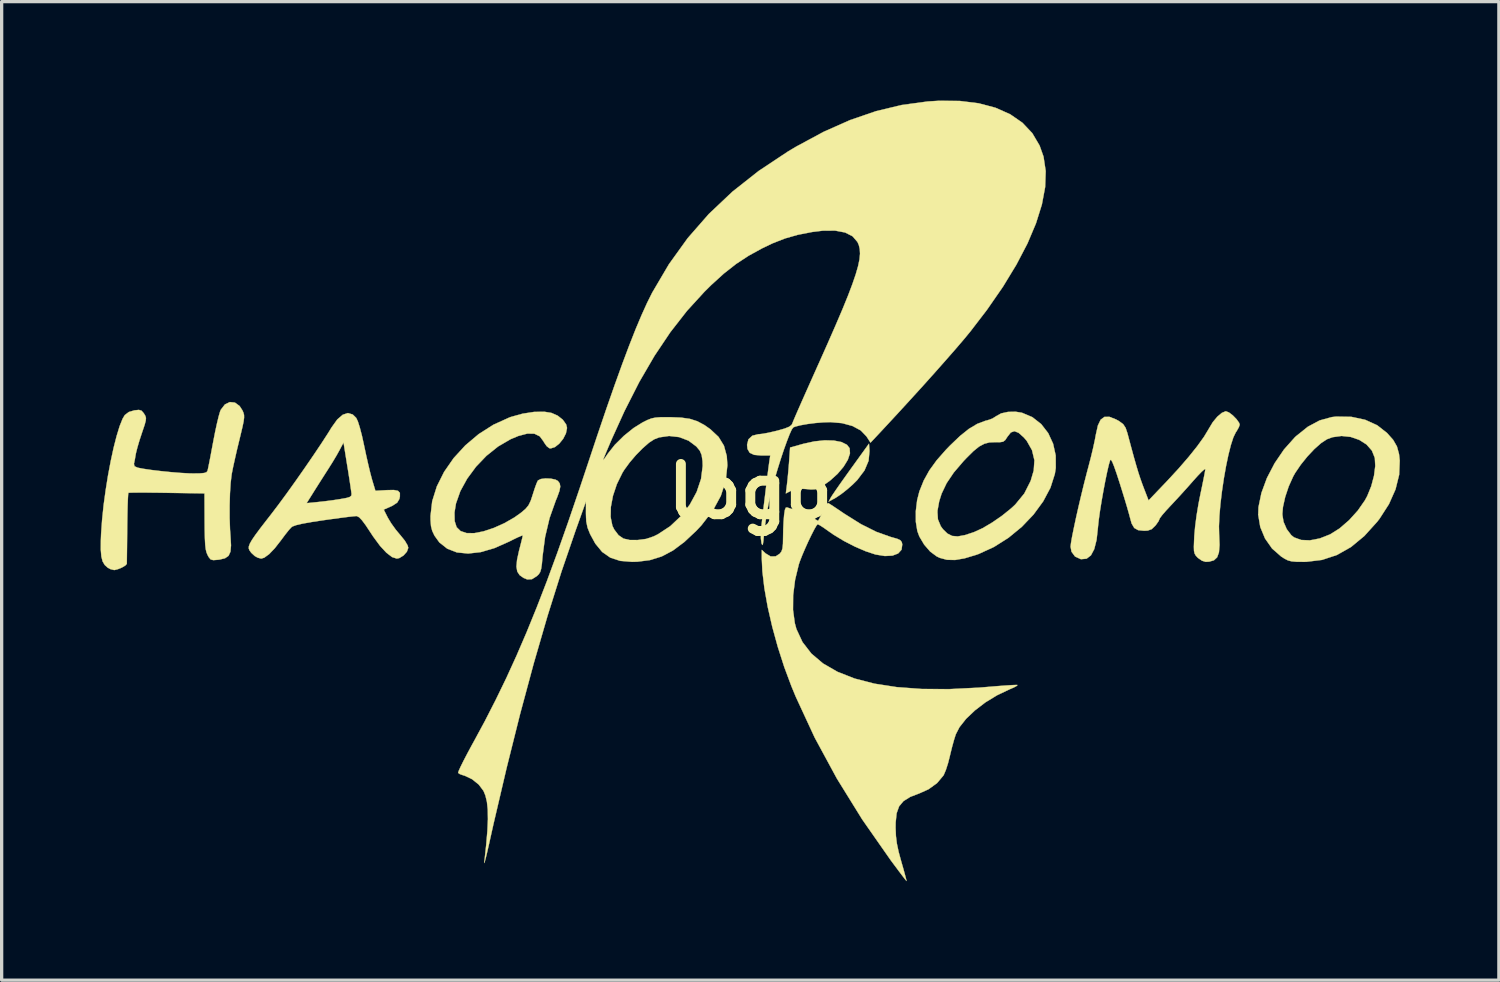
<source format=kicad_pcb>
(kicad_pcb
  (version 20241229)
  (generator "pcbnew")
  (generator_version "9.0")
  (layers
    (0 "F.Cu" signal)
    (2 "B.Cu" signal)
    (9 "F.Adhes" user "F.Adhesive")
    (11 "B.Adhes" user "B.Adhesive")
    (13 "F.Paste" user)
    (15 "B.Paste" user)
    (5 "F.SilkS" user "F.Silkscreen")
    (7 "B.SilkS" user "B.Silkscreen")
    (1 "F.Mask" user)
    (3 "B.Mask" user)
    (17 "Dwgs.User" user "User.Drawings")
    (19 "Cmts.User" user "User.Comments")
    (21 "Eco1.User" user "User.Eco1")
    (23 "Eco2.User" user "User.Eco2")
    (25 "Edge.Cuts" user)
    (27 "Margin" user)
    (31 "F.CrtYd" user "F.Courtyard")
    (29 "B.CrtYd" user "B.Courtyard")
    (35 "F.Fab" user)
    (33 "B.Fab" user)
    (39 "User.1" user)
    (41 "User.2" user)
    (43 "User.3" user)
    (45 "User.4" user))
  (footprint "logo"
    (layer "F.Cu")
    (at 19.693 11.847)
    (property "Reference" "logo" (at 0 0 0) (layer "F.SilkS") (effects (font (size 1.524 1.524) (thickness 0.3))))
    (attr through_hole)
    (fp_poly (pts (xy 3.612 -1.224) (xy 3.584 -0.93) (xy 3.461 -0.639) (xy 3.242 -0.349) (xy 3.104 -0.211) (xy 2.93 -0.059) (xy 2.752 0.081) (xy 2.603 0.181) (xy 2.585 0.192) (xy 2.372 0.309) (xy 2.439 0.186) (xy 2.488 0.108) (xy 2.586 -0.036) (xy 2.72 -0.229) (xy 2.882 -0.457) (xy 3.051 -0.693) (xy 3.597 -1.45) (xy 3.612 -1.224)) (stroke (width 0.01) (type solid)) (fill yes) (layer "F.SilkS"))
    (fp_poly (pts (xy 2.534 -1.543) (xy 2.764 -1.498) (xy 2.929 -1.415) (xy 3.009 -1.312) (xy 3.02 -1.155) (xy 2.956 -0.963) (xy 2.827 -0.752) (xy 2.645 -0.536) (xy 2.419 -0.332) (xy 2.232 -0.198) (xy 2.083 -0.109) (xy 1.967 -0.066) (xy 1.838 -0.06) (xy 1.693 -0.074) (xy 1.492 -0.087) (xy 1.346 -0.067) (xy 1.238 -0.024) (xy 1.076 0.06) (xy 1.11 -0.206) (xy 1.13 -0.385) (xy 1.152 -0.619) (xy 1.172 -0.86) (xy 1.175 -0.902) (xy 1.205 -1.332) (xy 1.607 -1.445) (xy 1.941 -1.518) (xy 2.255 -1.551) (xy 2.534 -1.543)) (stroke (width 0.01) (type solid)) (fill yes) (layer "F.SilkS"))
    (fp_poly (pts (xy 18.219 -2.262) (xy 18.636 -2.173) (xy 19.002 -2.006) (xy 19.299 -1.773) (xy 19.484 -1.565) (xy 19.599 -1.365) (xy 19.662 -1.135) (xy 19.684 -0.936) (xy 19.666 -0.507) (xy 19.556 -0.064) (xy 19.357 0.383) (xy 19.073 0.824) (xy 19.002 0.916) (xy 18.612 1.348) (xy 18.206 1.684) (xy 17.779 1.925) (xy 17.328 2.074) (xy 16.851 2.132) (xy 16.775 2.133) (xy 16.558 2.131) (xy 16.408 2.118) (xy 16.296 2.089) (xy 16.19 2.035) (xy 16.091 1.972) (xy 15.815 1.73) (xy 15.601 1.425) (xy 15.457 1.078) (xy 15.395 0.711) (xy 15.395 0.695) (xy 16.125 0.695) (xy 16.162 0.921) (xy 16.259 1.143) (xy 16.396 1.324) (xy 16.48 1.391) (xy 16.695 1.47) (xy 16.961 1.481) (xy 17.261 1.423) (xy 17.573 1.3) (xy 17.86 1.12) (xy 18.149 0.87) (xy 18.414 0.577) (xy 18.63 0.266) (xy 18.7 0.136) (xy 18.821 -0.162) (xy 18.904 -0.475) (xy 18.942 -0.772) (xy 18.929 -1.017) (xy 18.84 -1.239) (xy 18.676 -1.425) (xy 18.455 -1.565) (xy 18.196 -1.654) (xy 17.92 -1.683) (xy 17.644 -1.645) (xy 17.479 -1.584) (xy 17.301 -1.467) (xy 17.095 -1.285) (xy 16.882 -1.058) (xy 16.682 -0.809) (xy 16.513 -0.56) (xy 16.454 -0.455) (xy 16.319 -0.155) (xy 16.212 0.165) (xy 16.144 0.471) (xy 16.125 0.695) (xy 15.395 0.695) (xy 15.402 0.477) (xy 15.492 0.043) (xy 15.659 -0.409) (xy 15.892 -0.856) (xy 16.176 -1.273) (xy 16.501 -1.638) (xy 16.541 -1.676) (xy 16.898 -1.962) (xy 17.257 -2.154) (xy 17.626 -2.255) (xy 17.76 -2.27) (xy 18.219 -2.262)) (stroke (width 0.01) (type solid)) (fill yes) (layer "F.SilkS"))
    (fp_poly (pts (xy 8.233 -2.386) (xy 8.548 -2.253) (xy 8.816 -2.043) (xy 9.028 -1.77) (xy 9.177 -1.448) (xy 9.256 -1.091) (xy 9.258 -0.712) (xy 9.23 -0.532) (xy 9.097 -0.115) (xy 8.877 0.299) (xy 8.584 0.699) (xy 8.23 1.07) (xy 7.826 1.402) (xy 7.385 1.681) (xy 6.921 1.894) (xy 6.849 1.919) (xy 6.496 2.026) (xy 6.206 2.076) (xy 5.961 2.071) (xy 5.742 2.012) (xy 5.651 1.969) (xy 5.452 1.822) (xy 5.268 1.609) (xy 5.123 1.364) (xy 5.062 1.199) (xy 5.017 0.921) (xy 5.016 0.599) (xy 5.67 0.599) (xy 5.686 0.845) (xy 5.773 1.054) (xy 5.839 1.144) (xy 5.973 1.275) (xy 6.116 1.347) (xy 6.287 1.362) (xy 6.506 1.322) (xy 6.782 1.231) (xy 7.041 1.112) (xy 7.335 0.938) (xy 7.634 0.731) (xy 7.906 0.511) (xy 8.031 0.395) (xy 8.304 0.062) (xy 8.497 -0.32) (xy 8.59 -0.635) (xy 8.611 -0.946) (xy 8.538 -1.252) (xy 8.378 -1.535) (xy 8.29 -1.638) (xy 8.132 -1.778) (xy 8.005 -1.828) (xy 7.896 -1.789) (xy 7.795 -1.662) (xy 7.794 -1.661) (xy 7.728 -1.56) (xy 7.662 -1.509) (xy 7.561 -1.493) (xy 7.423 -1.494) (xy 7.247 -1.487) (xy 7.09 -1.446) (xy 6.933 -1.361) (xy 6.76 -1.221) (xy 6.552 -1.015) (xy 6.464 -0.922) (xy 6.168 -0.576) (xy 5.95 -0.253) (xy 5.798 0.065) (xy 5.724 0.298) (xy 5.67 0.599) (xy 5.016 0.599) (xy 5.016 0.595) (xy 5.056 0.263) (xy 5.124 -0.003) (xy 5.256 -0.332) (xy 5.426 -0.639) (xy 5.648 -0.945) (xy 5.936 -1.272) (xy 6.052 -1.392) (xy 6.358 -1.684) (xy 6.628 -1.9) (xy 6.877 -2.049) (xy 7.12 -2.141) (xy 7.189 -2.158) (xy 7.337 -2.21) (xy 7.456 -2.285) (xy 7.457 -2.286) (xy 7.603 -2.367) (xy 7.81 -2.412) (xy 8.041 -2.417) (xy 8.233 -2.386)) (stroke (width 0.01) (type solid)) (fill yes) (layer "F.SilkS"))
    (fp_poly (pts (xy -6.027 -2.381) (xy -5.839 -2.298) (xy -5.683 -2.174) (xy -5.582 -2.031) (xy -5.556 -1.926) (xy -5.589 -1.762) (xy -5.673 -1.597) (xy -5.791 -1.451) (xy -5.922 -1.346) (xy -6.048 -1.306) (xy -6.093 -1.312) (xy -6.172 -1.373) (xy -6.253 -1.488) (xy -6.266 -1.515) (xy -6.381 -1.671) (xy -6.544 -1.751) (xy -6.759 -1.755) (xy -7.031 -1.683) (xy -7.268 -1.584) (xy -7.645 -1.364) (xy -7.999 -1.081) (xy -8.315 -0.751) (xy -8.583 -0.388) (xy -8.79 -0.011) (xy -8.923 0.366) (xy -8.967 0.637) (xy -8.962 0.898) (xy -8.903 1.082) (xy -8.783 1.2) (xy -8.597 1.262) (xy -8.595 1.262) (xy -8.367 1.263) (xy -8.086 1.208) (xy -7.776 1.105) (xy -7.457 0.962) (xy -7.154 0.789) (xy -6.948 0.642) (xy -6.813 0.527) (xy -6.724 0.42) (xy -6.658 0.285) (xy -6.593 0.089) (xy -6.593 0.087) (xy -6.534 -0.096) (xy -6.48 -0.244) (xy -6.44 -0.33) (xy -6.436 -0.335) (xy -6.35 -0.378) (xy -6.207 -0.396) (xy -6.046 -0.389) (xy -5.905 -0.359) (xy -5.833 -0.319) (xy -5.777 -0.243) (xy -5.761 -0.149) (xy -5.786 -0.017) (xy -5.855 0.174) (xy -5.899 0.28) (xy -6.085 0.805) (xy -6.221 1.379) (xy -6.297 1.956) (xy -6.317 2.185) (xy -6.339 2.338) (xy -6.368 2.438) (xy -6.412 2.508) (xy -6.47 2.564) (xy -6.62 2.659) (xy -6.762 2.666) (xy -6.871 2.622) (xy -6.992 2.536) (xy -7.064 2.427) (xy -7.089 2.278) (xy -7.071 2.073) (xy -7.011 1.797) (xy -6.995 1.736) (xy -6.949 1.556) (xy -6.914 1.415) (xy -6.897 1.339) (xy -6.897 1.334) (xy -6.937 1.342) (xy -7.045 1.388) (xy -7.203 1.464) (xy -7.305 1.516) (xy -7.755 1.716) (xy -8.173 1.838) (xy -8.555 1.881) (xy -8.895 1.847) (xy -9.186 1.734) (xy -9.425 1.545) (xy -9.574 1.338) (xy -9.642 1.194) (xy -9.679 1.05) (xy -9.693 0.867) (xy -9.694 0.744) (xy -9.643 0.296) (xy -9.502 -0.154) (xy -9.282 -0.594) (xy -8.992 -1.012) (xy -8.639 -1.397) (xy -8.235 -1.738) (xy -7.788 -2.023) (xy -7.307 -2.241) (xy -7.258 -2.259) (xy -6.902 -2.358) (xy -6.553 -2.412) (xy -6.239 -2.416) (xy -6.027 -2.381)) (stroke (width 0.01) (type solid)) (fill yes) (layer "F.SilkS"))
    (fp_poly (pts (xy -12.051 -2.333) (xy -11.946 -2.23) (xy -11.897 -2.127) (xy -11.838 -1.941) (xy -11.772 -1.688) (xy -11.706 -1.387) (xy -11.645 -1.099) (xy -11.581 -0.816) (xy -11.521 -0.565) (xy -11.471 -0.377) (xy -11.462 -0.346) (xy -11.364 -0.021) (xy -11.016 -0.041) (xy -10.805 -0.045) (xy -10.679 -0.02) (xy -10.622 0.043) (xy -10.622 0.154) (xy -10.638 0.227) (xy -10.704 0.338) (xy -10.851 0.434) (xy -10.891 0.452) (xy -11.112 0.55) (xy -10.987 0.797) (xy -10.886 0.965) (xy -10.747 1.158) (xy -10.615 1.316) (xy -10.471 1.493) (xy -10.387 1.637) (xy -10.368 1.708) (xy -10.41 1.826) (xy -10.512 1.94) (xy -10.639 2.018) (xy -10.715 2.034) (xy -10.857 1.989) (xy -11.029 1.858) (xy -11.223 1.649) (xy -11.431 1.367) (xy -11.509 1.249) (xy -11.659 1.022) (xy -11.772 0.871) (xy -11.856 0.783) (xy -11.923 0.748) (xy -11.942 0.745) (xy -12.025 0.752) (xy -12.189 0.77) (xy -12.414 0.799) (xy -12.683 0.835) (xy -12.932 0.87) (xy -13.296 0.925) (xy -13.569 0.974) (xy -13.759 1.018) (xy -13.874 1.059) (xy -13.907 1.081) (xy -13.982 1.162) (xy -14.091 1.298) (xy -14.211 1.459) (xy -14.222 1.474) (xy -14.413 1.719) (xy -14.586 1.899) (xy -14.734 2.007) (xy -14.826 2.034) (xy -14.93 2.007) (xy -15.02 1.957) (xy -15.126 1.86) (xy -15.183 1.781) (xy -15.203 1.727) (xy -15.2 1.664) (xy -15.17 1.581) (xy -15.106 1.468) (xy -15.001 1.314) (xy -14.849 1.109) (xy -14.643 0.843) (xy -14.523 0.689) (xy -14.303 0.4) (xy -14.269 0.354) (xy -13.449 0.354) (xy -13.11 0.32) (xy -12.869 0.293) (xy -12.6 0.257) (xy -12.426 0.23) (xy -12.243 0.197) (xy -12.139 0.165) (xy -12.094 0.125) (xy -12.087 0.074) (xy -12.098 -0.008) (xy -12.121 -0.169) (xy -12.154 -0.386) (xy -12.194 -0.642) (xy -12.213 -0.754) (xy -12.33 -1.484) (xy -12.453 -1.252) (xy -12.547 -1.084) (xy -12.668 -0.882) (xy -12.769 -0.721) (xy -12.89 -0.532) (xy -13.036 -0.303) (xy -13.179 -0.077) (xy -13.206 -0.034) (xy -13.449 0.354) (xy -14.269 0.354) (xy -14.051 0.057) (xy -13.781 -0.32) (xy -13.506 -0.713) (xy -13.241 -1.099) (xy -12.999 -1.46) (xy -12.795 -1.775) (xy -12.689 -1.947) (xy -12.52 -2.182) (xy -12.354 -2.326) (xy -12.197 -2.377) (xy -12.051 -2.333)) (stroke (width 0.01) (type solid)) (fill yes) (layer "F.SilkS"))
    (fp_poly (pts (xy -15.622 -2.694) (xy -15.48 -2.59) (xy -15.394 -2.457) (xy -15.364 -2.387) (xy -15.346 -2.319) (xy -15.345 -2.236) (xy -15.36 -2.119) (xy -15.395 -1.952) (xy -15.451 -1.716) (xy -15.491 -1.551) (xy -15.56 -1.266) (xy -15.623 -0.989) (xy -15.677 -0.745) (xy -15.713 -0.563) (xy -15.721 -0.521) (xy -15.752 -0.263) (xy -15.773 0.064) (xy -15.783 0.429) (xy -15.783 0.802) (xy -15.771 1.152) (xy -15.756 1.364) (xy -15.741 1.635) (xy -15.758 1.825) (xy -15.816 1.95) (xy -15.923 2.024) (xy -16.087 2.064) (xy -16.133 2.07) (xy -16.276 2.081) (xy -16.357 2.061) (xy -16.414 1.993) (xy -16.45 1.928) (xy -16.483 1.85) (xy -16.507 1.75) (xy -16.523 1.612) (xy -16.533 1.419) (xy -16.539 1.156) (xy -16.541 0.909) (xy -16.545 0.058) (xy -17.686 0.041) (xy -18.012 0.036) (xy -18.304 0.034) (xy -18.548 0.034) (xy -18.728 0.035) (xy -18.832 0.038) (xy -18.852 0.041) (xy -18.859 0.093) (xy -18.867 0.23) (xy -18.875 0.437) (xy -18.881 0.698) (xy -18.886 1) (xy -18.887 1.108) (xy -18.89 1.421) (xy -18.893 1.701) (xy -18.896 1.931) (xy -18.898 2.098) (xy -18.899 2.185) (xy -18.899 2.194) (xy -18.943 2.243) (xy -19.044 2.303) (xy -19.166 2.354) (xy -19.271 2.381) (xy -19.285 2.381) (xy -19.395 2.354) (xy -19.479 2.309) (xy -19.569 2.227) (xy -19.633 2.119) (xy -19.671 1.968) (xy -19.688 1.761) (xy -19.686 1.479) (xy -19.678 1.274) (xy -19.648 0.855) (xy -19.602 0.412) (xy -19.54 -0.041) (xy -19.468 -0.492) (xy -19.386 -0.925) (xy -19.299 -1.326) (xy -19.208 -1.682) (xy -19.117 -1.979) (xy -19.028 -2.202) (xy -18.96 -2.317) (xy -18.838 -2.409) (xy -18.67 -2.459) (xy -18.534 -2.473) (xy -18.453 -2.449) (xy -18.386 -2.373) (xy -18.376 -2.357) (xy -18.337 -2.291) (xy -18.319 -2.228) (xy -18.326 -2.145) (xy -18.359 -2.02) (xy -18.423 -1.83) (xy -18.444 -1.768) (xy -18.517 -1.545) (xy -18.579 -1.334) (xy -18.621 -1.167) (xy -18.631 -1.116) (xy -18.656 -0.968) (xy -18.68 -0.853) (xy -18.684 -0.837) (xy -18.665 -0.764) (xy -18.569 -0.721) (xy -18.398 -0.688) (xy -18.155 -0.652) (xy -17.868 -0.618) (xy -17.564 -0.587) (xy -17.271 -0.563) (xy -17.017 -0.549) (xy -16.885 -0.546) (xy -16.679 -0.549) (xy -16.552 -0.561) (xy -16.483 -0.585) (xy -16.453 -0.627) (xy -16.451 -0.633) (xy -16.434 -0.709) (xy -16.402 -0.865) (xy -16.36 -1.081) (xy -16.312 -1.339) (xy -16.278 -1.52) (xy -16.223 -1.802) (xy -16.167 -2.061) (xy -16.115 -2.276) (xy -16.071 -2.427) (xy -16.05 -2.477) (xy -15.926 -2.638) (xy -15.777 -2.71) (xy -15.622 -2.694)) (stroke (width 0.01) (type solid)) (fill yes) (layer "F.SilkS"))
    (fp_poly (pts (xy 14.509 -2.394) (xy 14.626 -2.305) (xy 14.738 -2.19) (xy 14.816 -2.08) (xy 14.833 -2.023) (xy 14.807 -1.948) (xy 14.742 -1.832) (xy 14.713 -1.789) (xy 14.64 -1.638) (xy 14.565 -1.406) (xy 14.49 -1.109) (xy 14.418 -0.765) (xy 14.352 -0.391) (xy 14.295 -0.005) (xy 14.249 0.377) (xy 14.218 0.736) (xy 14.204 1.056) (xy 14.21 1.315) (xy 14.222 1.622) (xy 14.204 1.845) (xy 14.149 1.996) (xy 14.052 2.086) (xy 13.908 2.127) (xy 13.802 2.133) (xy 13.691 2.099) (xy 13.571 2.016) (xy 13.559 2.005) (xy 13.502 1.944) (xy 13.467 1.883) (xy 13.448 1.802) (xy 13.444 1.676) (xy 13.451 1.486) (xy 13.457 1.347) (xy 13.482 1.066) (xy 13.526 0.728) (xy 13.585 0.372) (xy 13.638 0.104) (xy 13.692 -0.154) (xy 13.738 -0.38) (xy 13.772 -0.554) (xy 13.79 -0.659) (xy 13.791 -0.678) (xy 13.762 -0.67) (xy 13.681 -0.599) (xy 13.562 -0.476) (xy 13.435 -0.335) (xy 13.241 -0.115) (xy 13.023 0.126) (xy 12.817 0.348) (xy 12.741 0.429) (xy 12.597 0.584) (xy 12.483 0.716) (xy 12.415 0.807) (xy 12.402 0.834) (xy 12.373 0.902) (xy 12.299 1.007) (xy 12.274 1.038) (xy 12.166 1.142) (xy 12.046 1.185) (xy 11.936 1.191) (xy 11.755 1.172) (xy 11.637 1.106) (xy 11.558 0.972) (xy 11.515 0.819) (xy 11.48 0.687) (xy 11.422 0.483) (xy 11.346 0.229) (xy 11.259 -0.053) (xy 11.201 -0.239) (xy 11.102 -0.544) (xy 11.026 -0.76) (xy 10.971 -0.896) (xy 10.933 -0.958) (xy 10.909 -0.954) (xy 10.906 -0.947) (xy 10.865 -0.808) (xy 10.815 -0.593) (xy 10.759 -0.323) (xy 10.702 -0.022) (xy 10.647 0.289) (xy 10.599 0.587) (xy 10.562 0.851) (xy 10.539 1.058) (xy 10.536 1.094) (xy 10.495 1.467) (xy 10.424 1.747) (xy 10.324 1.936) (xy 10.193 2.037) (xy 10.029 2.052) (xy 10.011 2.049) (xy 9.842 1.971) (xy 9.735 1.826) (xy 9.707 1.673) (xy 9.72 1.56) (xy 9.753 1.368) (xy 9.805 1.111) (xy 9.87 0.806) (xy 9.946 0.469) (xy 10.029 0.117) (xy 10.115 -0.236) (xy 10.201 -0.572) (xy 10.247 -0.744) (xy 10.319 -1.021) (xy 10.387 -1.303) (xy 10.442 -1.557) (xy 10.475 -1.733) (xy 10.535 -2.001) (xy 10.618 -2.175) (xy 10.733 -2.261) (xy 10.886 -2.262) (xy 11.086 -2.183) (xy 11.179 -2.131) (xy 11.3 -2.042) (xy 11.375 -1.929) (xy 11.429 -1.769) (xy 11.537 -1.365) (xy 11.625 -1.041) (xy 11.699 -0.782) (xy 11.762 -0.572) (xy 11.82 -0.395) (xy 11.877 -0.234) (xy 11.916 -0.13) (xy 12.071 0.271) (xy 12.638 -0.323) (xy 12.982 -0.696) (xy 13.288 -1.05) (xy 13.548 -1.375) (xy 13.752 -1.659) (xy 13.891 -1.89) (xy 13.898 -1.903) (xy 14.016 -2.099) (xy 14.153 -2.265) (xy 14.291 -2.382) (xy 14.408 -2.431) (xy 14.416 -2.431) (xy 14.509 -2.394)) (stroke (width 0.01) (type solid)) (fill yes) (layer "F.SilkS"))
    (fp_poly (pts (xy 2.398 0.374) (xy 2.509 0.445) (xy 2.667 0.551) (xy 2.846 0.672) (xy 3.355 0.991) (xy 3.823 1.225) (xy 4.26 1.38) (xy 4.29 1.388) (xy 4.456 1.435) (xy 4.549 1.48) (xy 4.591 1.537) (xy 4.605 1.605) (xy 4.583 1.765) (xy 4.48 1.879) (xy 4.309 1.944) (xy 4.078 1.956) (xy 3.798 1.911) (xy 3.791 1.909) (xy 3.502 1.814) (xy 3.172 1.672) (xy 2.834 1.498) (xy 2.522 1.309) (xy 2.388 1.216) (xy 2.237 1.109) (xy 2.116 1.03) (xy 2.047 0.993) (xy 2.042 0.992) (xy 2.004 1.035) (xy 1.938 1.149) (xy 1.852 1.317) (xy 1.756 1.516) (xy 1.66 1.729) (xy 1.572 1.935) (xy 1.502 2.115) (xy 1.47 2.208) (xy 1.357 2.675) (xy 1.298 3.143) (xy 1.294 3.59) (xy 1.348 3.99) (xy 1.397 4.17) (xy 1.581 4.565) (xy 1.85 4.913) (xy 2.205 5.214) (xy 2.642 5.466) (xy 3.161 5.67) (xy 3.76 5.825) (xy 4.438 5.93) (xy 5.193 5.986) (xy 6.024 5.991) (xy 6.928 5.946) (xy 7.171 5.926) (xy 7.458 5.902) (xy 7.71 5.883) (xy 7.912 5.87) (xy 8.047 5.864) (xy 8.096 5.865) (xy 8.08 5.89) (xy 7.991 5.939) (xy 7.855 5.998) (xy 7.482 6.175) (xy 7.127 6.391) (xy 6.808 6.635) (xy 6.539 6.891) (xy 6.337 7.148) (xy 6.228 7.36) (xy 6.175 7.525) (xy 6.114 7.746) (xy 6.057 7.978) (xy 6.047 8.022) (xy 5.992 8.238) (xy 5.928 8.438) (xy 5.866 8.585) (xy 5.852 8.61) (xy 5.662 8.836) (xy 5.403 9.025) (xy 5.135 9.146) (xy 4.847 9.257) (xy 4.643 9.384) (xy 4.509 9.544) (xy 4.434 9.754) (xy 4.405 10.034) (xy 4.403 10.195) (xy 4.413 10.442) (xy 4.442 10.674) (xy 4.496 10.928) (xy 4.577 11.224) (xy 4.641 11.447) (xy 4.691 11.631) (xy 4.724 11.757) (xy 4.734 11.807) (xy 4.734 11.807) (xy 4.702 11.769) (xy 4.621 11.665) (xy 4.502 11.508) (xy 4.355 11.311) (xy 4.254 11.175) (xy 3.391 9.94) (xy 2.624 8.702) (xy 1.952 7.462) (xy 1.378 6.223) (xy 1.246 5.904) (xy 1.028 5.32) (xy 0.833 4.713) (xy 0.664 4.099) (xy 0.527 3.5) (xy 0.426 2.932) (xy 0.365 2.416) (xy 0.347 2.029) (xy 0.347 1.769) (xy 0.462 1.877) (xy 0.616 1.969) (xy 0.769 1.966) (xy 0.893 1.885) (xy 0.944 1.818) (xy 0.974 1.727) (xy 0.989 1.585) (xy 0.993 1.377) (xy 0.997 1.143) (xy 1.008 0.909) (xy 1.023 0.722) (xy 1.024 0.709) (xy 1.047 0.559) (xy 1.075 0.49) (xy 1.117 0.483) (xy 1.135 0.491) (xy 1.234 0.523) (xy 1.381 0.553) (xy 1.425 0.559) (xy 1.652 0.63) (xy 1.837 0.745) (xy 1.953 0.832) (xy 2.034 0.882) (xy 2.055 0.887) (xy 2.085 0.836) (xy 2.144 0.723) (xy 2.202 0.608) (xy 2.275 0.469) (xy 2.33 0.374) (xy 2.352 0.347) (xy 2.398 0.374)) (stroke (width 0.01) (type solid)) (fill yes) (layer "F.SilkS"))
    (fp_poly (pts (xy 6.346 -11.837) (xy 6.92 -11.766) (xy 7.431 -11.631) (xy 7.875 -11.434) (xy 8.248 -11.176) (xy 8.547 -10.859) (xy 8.768 -10.485) (xy 8.887 -10.149) (xy 8.953 -9.712) (xy 8.936 -9.227) (xy 8.837 -8.698) (xy 8.658 -8.127) (xy 8.401 -7.519) (xy 8.066 -6.878) (xy 7.657 -6.206) (xy 7.173 -5.507) (xy 6.665 -4.845) (xy 6.477 -4.617) (xy 6.23 -4.328) (xy 5.933 -3.989) (xy 5.598 -3.61) (xy 5.233 -3.203) (xy 4.847 -2.779) (xy 4.452 -2.348) (xy 4.056 -1.921) (xy 3.893 -1.746) (xy 3.643 -1.48) (xy 3.52 -1.67) (xy 3.347 -1.85) (xy 3.097 -1.985) (xy 2.782 -2.071) (xy 2.431 -2.102) (xy 2.212 -2.095) (xy 1.968 -2.075) (xy 1.726 -2.044) (xy 1.514 -2.006) (xy 1.357 -1.965) (xy 1.299 -1.94) (xy 1.254 -1.875) (xy 1.188 -1.729) (xy 1.107 -1.52) (xy 1.015 -1.264) (xy 0.919 -0.976) (xy 0.824 -0.672) (xy 0.734 -0.37) (xy 0.656 -0.084) (xy 0.594 0.169) (xy 0.576 0.251) (xy 0.522 0.537) (xy 0.473 0.837) (xy 0.434 1.111) (xy 0.415 1.29) (xy 0.397 1.487) (xy 0.381 1.595) (xy 0.364 1.624) (xy 0.344 1.584) (xy 0.338 1.563) (xy 0.32 1.427) (xy 0.318 1.245) (xy 0.326 1.141) (xy 0.347 0.949) (xy 0.376 0.699) (xy 0.41 0.412) (xy 0.447 0.109) (xy 0.483 -0.19) (xy 0.517 -0.464) (xy 0.546 -0.691) (xy 0.568 -0.853) (xy 0.575 -0.905) (xy 0.604 -1.091) (xy 0.33 -1.091) (xy 0.115 -1.11) (xy -0.019 -1.173) (xy -0.086 -1.289) (xy -0.099 -1.415) (xy -0.057 -1.581) (xy 0.062 -1.691) (xy 0.244 -1.736) (xy 0.264 -1.736) (xy 0.378 -1.749) (xy 0.555 -1.782) (xy 0.762 -1.83) (xy 0.824 -1.845) (xy 1.04 -1.907) (xy 1.175 -1.961) (xy 1.247 -2.014) (xy 1.27 -2.056) (xy 1.297 -2.124) (xy 1.359 -2.27) (xy 1.453 -2.486) (xy 1.574 -2.761) (xy 1.717 -3.082) (xy 1.877 -3.441) (xy 2.049 -3.826) (xy 2.058 -3.845) (xy 2.343 -4.485) (xy 2.587 -5.042) (xy 2.793 -5.524) (xy 2.961 -5.937) (xy 3.094 -6.288) (xy 3.195 -6.583) (xy 3.266 -6.83) (xy 3.309 -7.036) (xy 3.325 -7.207) (xy 3.317 -7.349) (xy 3.288 -7.47) (xy 3.247 -7.563) (xy 3.099 -7.735) (xy 2.872 -7.85) (xy 2.57 -7.907) (xy 2.196 -7.905) (xy 1.878 -7.866) (xy 1.438 -7.78) (xy 1.052 -7.67) (xy 0.674 -7.522) (xy 0.364 -7.374) (xy -0.05 -7.147) (xy -0.43 -6.898) (xy -0.8 -6.608) (xy -1.184 -6.259) (xy -1.389 -6.056) (xy -1.921 -5.474) (xy -2.425 -4.828) (xy -2.905 -4.112) (xy -3.367 -3.318) (xy -3.814 -2.438) (xy -4.199 -1.59) (xy -4.296 -1.363) (xy -4.378 -1.169) (xy -4.436 -1.027) (xy -4.464 -0.955) (xy -4.465 -0.949) (xy -4.44 -0.973) (xy -4.378 -1.059) (xy -4.317 -1.149) (xy -4.105 -1.417) (xy -3.834 -1.685) (xy -3.539 -1.923) (xy -3.271 -2.09) (xy -3.122 -2.165) (xy -3 -2.213) (xy -2.877 -2.239) (xy -2.722 -2.251) (xy -2.506 -2.252) (xy -2.431 -2.252) (xy -2.097 -2.239) (xy -1.833 -2.201) (xy -1.608 -2.129) (xy -1.394 -2.015) (xy -1.212 -1.887) (xy -0.963 -1.654) (xy -0.8 -1.388) (xy -0.714 -1.073) (xy -0.696 -0.796) (xy -0.746 -0.328) (xy -0.894 0.132) (xy -1.14 0.584) (xy -1.485 1.028) (xy -1.637 1.19) (xy -2.002 1.532) (xy -2.347 1.79) (xy -2.689 1.97) (xy -3.043 2.08) (xy -3.425 2.129) (xy -3.586 2.133) (xy -3.946 2.103) (xy -4.244 2.005) (xy -4.491 1.833) (xy -4.7 1.578) (xy -4.856 1.292) (xy -4.934 1.097) (xy -4.973 0.908) (xy -4.979 0.78) (xy -4.234 0.78) (xy -4.181 1.04) (xy -4.125 1.154) (xy -3.995 1.325) (xy -3.848 1.427) (xy -3.657 1.471) (xy -3.419 1.472) (xy -3.159 1.438) (xy -2.927 1.36) (xy -2.799 1.296) (xy -2.429 1.053) (xy -2.104 0.747) (xy -1.834 0.396) (xy -1.627 0.015) (xy -1.494 -0.38) (xy -1.444 -0.774) (xy -1.449 -0.923) (xy -1.476 -1.107) (xy -1.533 -1.239) (xy -1.637 -1.364) (xy -1.872 -1.54) (xy -2.156 -1.648) (xy -2.462 -1.683) (xy -2.761 -1.64) (xy -2.911 -1.583) (xy -3.071 -1.479) (xy -3.262 -1.312) (xy -3.465 -1.106) (xy -3.657 -0.881) (xy -3.818 -0.661) (xy -3.875 -0.571) (xy -4.046 -0.222) (xy -4.164 0.131) (xy -4.228 0.471) (xy -4.234 0.78) (xy -4.979 0.78) (xy -4.983 0.673) (xy -4.983 0.66) (xy -4.982 0.303) (xy -5.296 1.181) (xy -5.724 2.428) (xy -6.147 3.771) (xy -6.565 5.21) (xy -6.978 6.743) (xy -7.384 8.366) (xy -7.785 10.078) (xy -7.916 10.666) (xy -7.971 10.909) (xy -8.016 11.096) (xy -8.048 11.218) (xy -8.063 11.262) (xy -8.063 11.237) (xy -8.007 10.719) (xy -7.97 10.287) (xy -7.954 9.932) (xy -7.959 9.642) (xy -7.984 9.407) (xy -8.03 9.216) (xy -8.088 9.075) (xy -8.23 8.885) (xy -8.432 8.722) (xy -8.657 8.615) (xy -8.695 8.605) (xy -8.803 8.567) (xy -8.857 8.53) (xy -8.842 8.476) (xy -8.785 8.349) (xy -8.693 8.163) (xy -8.572 7.931) (xy -8.43 7.667) (xy -8.395 7.605) (xy -8.048 6.963) (xy -7.718 6.318) (xy -7.399 5.661) (xy -7.089 4.982) (xy -6.783 4.272) (xy -6.477 3.52) (xy -6.166 2.717) (xy -5.848 1.853) (xy -5.518 0.918) (xy -5.172 -0.097) (xy -4.94 -0.792) (xy -4.641 -1.69) (xy -4.367 -2.497) (xy -4.115 -3.218) (xy -3.884 -3.859) (xy -3.672 -4.423) (xy -3.478 -4.916) (xy -3.298 -5.343) (xy -3.133 -5.708) (xy -2.979 -6.017) (xy -2.97 -6.034) (xy -2.468 -6.887) (xy -1.899 -7.678) (xy -1.259 -8.41) (xy -0.542 -9.088) (xy 0.255 -9.717) (xy 1.138 -10.303) (xy 1.395 -10.456) (xy 2.223 -10.902) (xy 3.025 -11.258) (xy 3.812 -11.528) (xy 4.591 -11.715) (xy 5.374 -11.821) (xy 5.711 -11.842) (xy 6.346 -11.837)) (stroke (width 0.01) (type solid)) (fill yes) (layer "F.SilkS")))
  (gr_rect
    (start -3 -3)
    (end 42.382 26.659)
    (stroke (width 0.1) (type default))
    (fill no)
    (layer "Edge.Cuts")))
</source>
